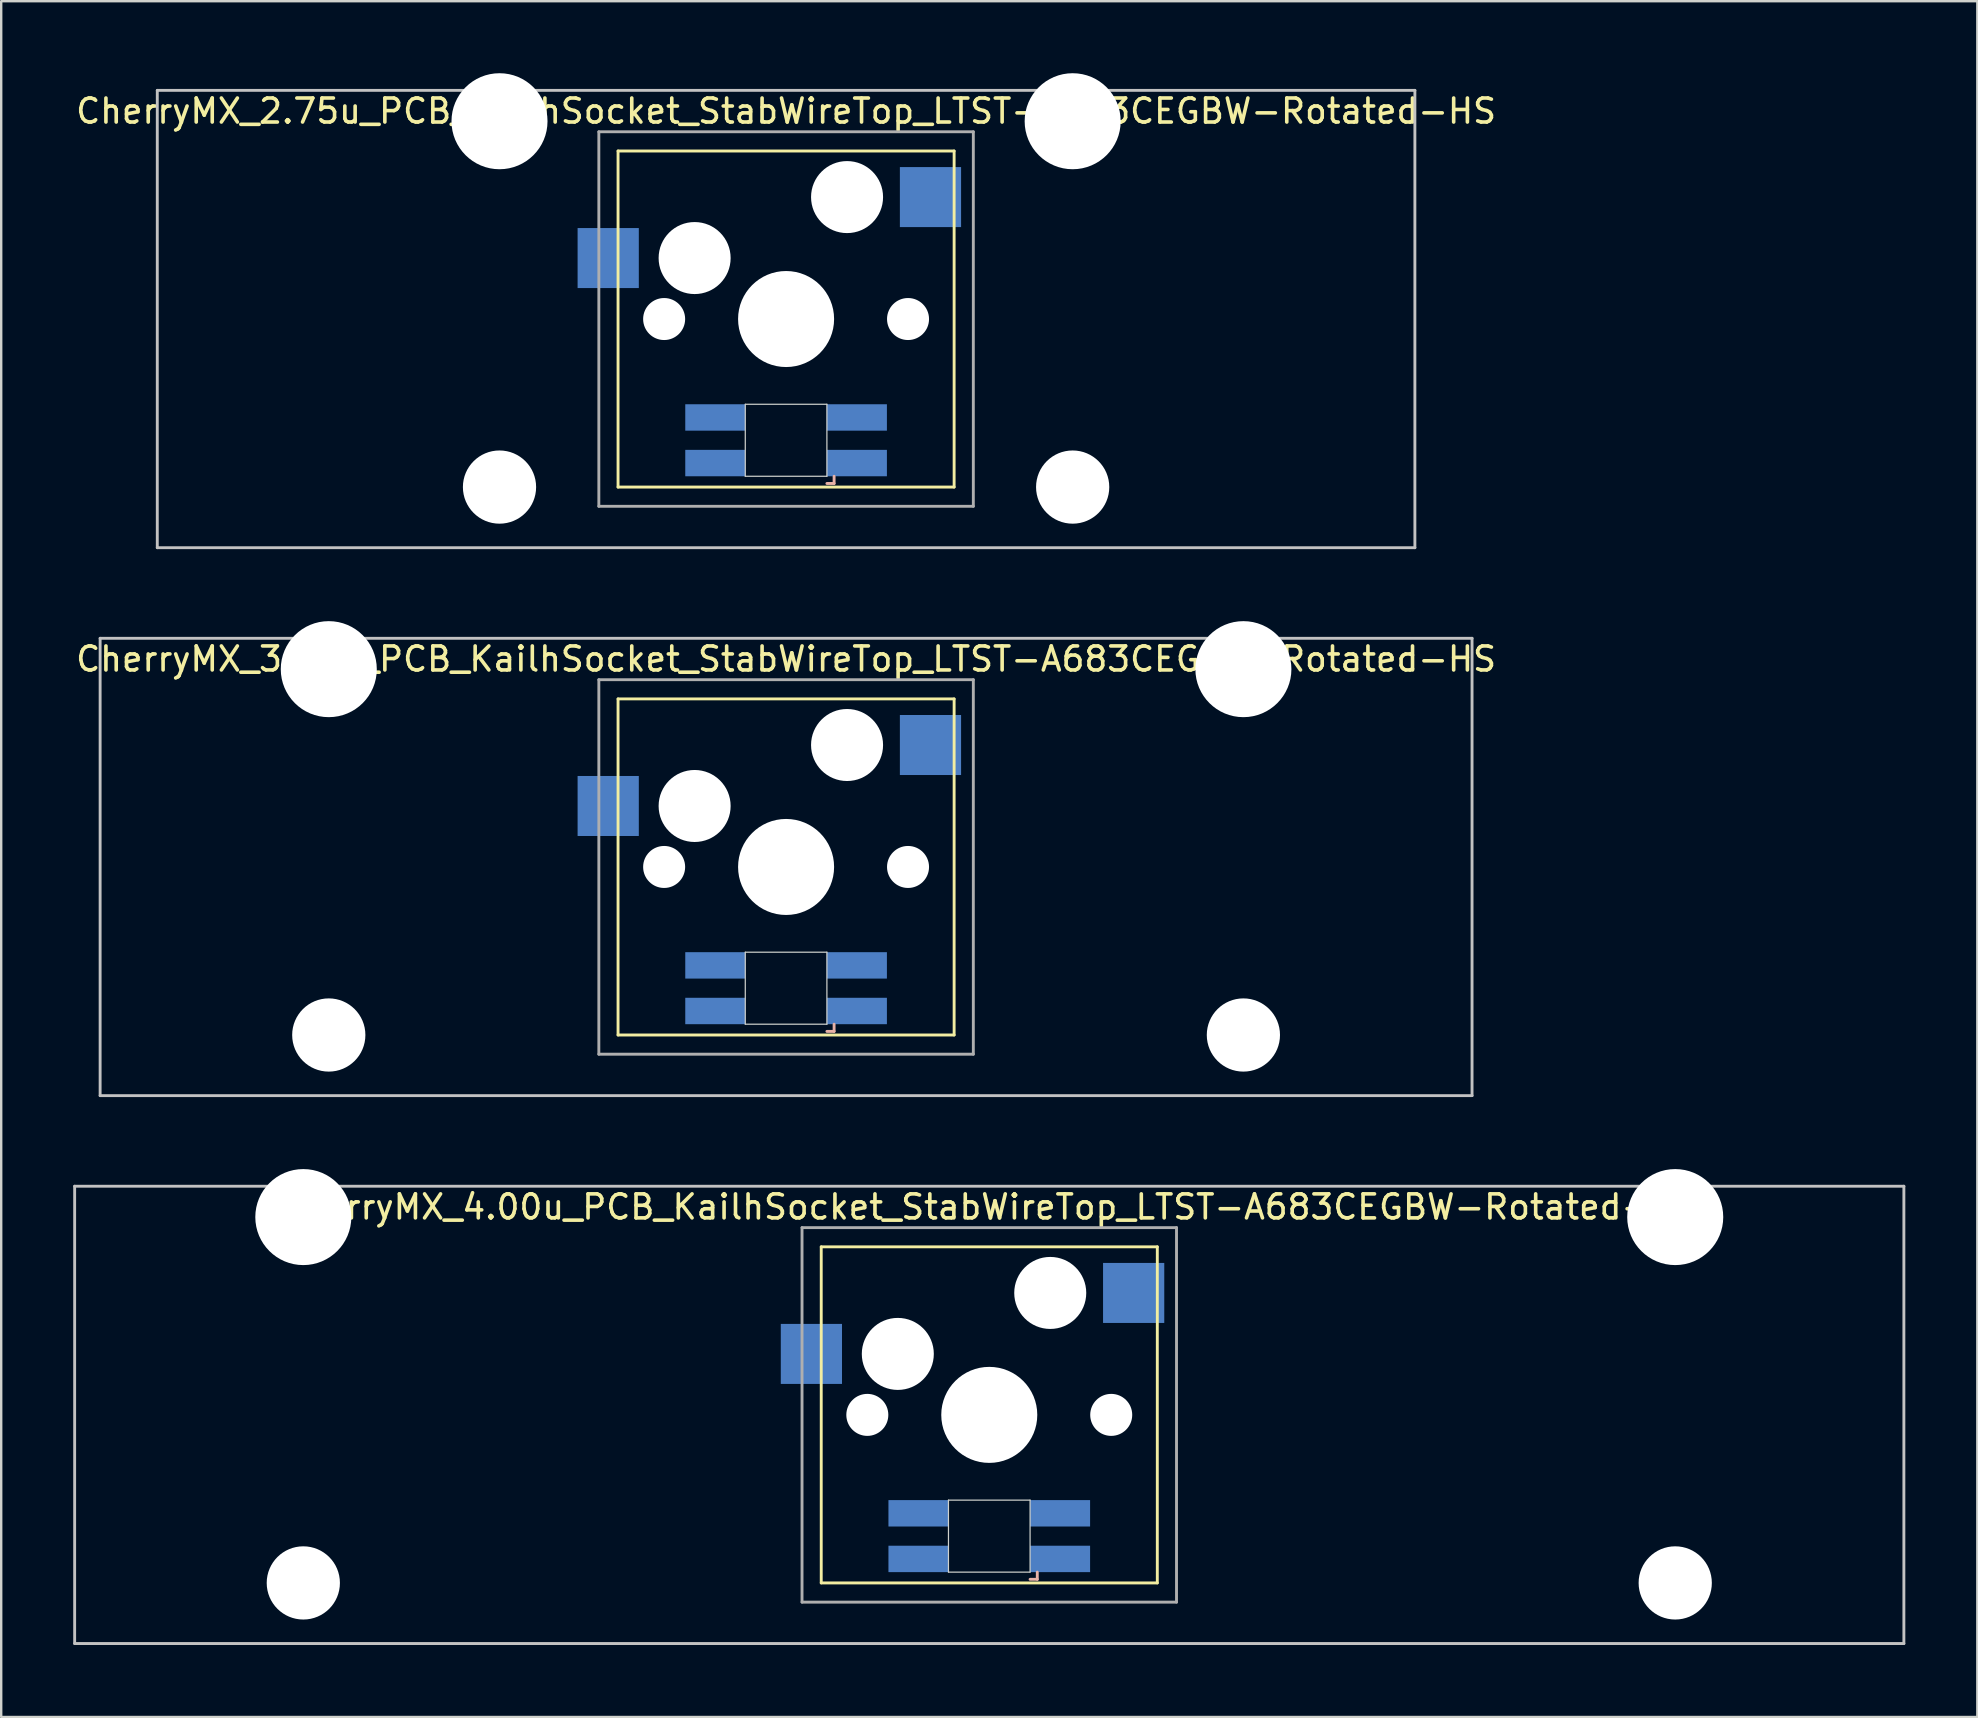
<source format=kicad_pcb>
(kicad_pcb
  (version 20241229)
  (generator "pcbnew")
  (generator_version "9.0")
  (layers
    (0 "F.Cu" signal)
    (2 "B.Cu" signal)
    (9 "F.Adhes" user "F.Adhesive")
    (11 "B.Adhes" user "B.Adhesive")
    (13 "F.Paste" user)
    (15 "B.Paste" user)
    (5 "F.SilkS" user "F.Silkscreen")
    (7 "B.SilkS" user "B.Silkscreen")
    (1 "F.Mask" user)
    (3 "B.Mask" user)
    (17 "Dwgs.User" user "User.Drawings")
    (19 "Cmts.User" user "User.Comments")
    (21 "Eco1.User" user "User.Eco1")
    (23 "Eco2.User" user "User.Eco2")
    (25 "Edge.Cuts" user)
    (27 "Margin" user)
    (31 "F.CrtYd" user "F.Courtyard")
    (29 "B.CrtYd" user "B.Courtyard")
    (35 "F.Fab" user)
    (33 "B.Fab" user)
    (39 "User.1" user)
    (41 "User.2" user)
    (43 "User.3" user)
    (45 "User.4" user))
  (footprint "CherryMX_3.00u_PCB_KailhSocket_StabWireTop_LTST-A683CEGBW-Rotated-HS"
    (layer "F.Cu")
    (at 29.696 33.065)
    (property "Reference" "CherryMX_3.00u_PCB_KailhSocket_StabWireTop_LTST-A683CEGBW-Rotated-HS" (at 0 -8.662 0) (layer "F.SilkS") (effects (font (size 1 1) (thickness 0.15))))
    (attr through_hole)
    (fp_line (start -7 -7) (end -7 7) (stroke (width 0.12) (type solid)) (layer "F.SilkS"))
    (fp_line (start -7 -7) (end 7 -7) (stroke (width 0.12) (type solid)) (layer "F.SilkS"))
    (fp_line (start 7 -7) (end 7 7) (stroke (width 0.12) (type solid)) (layer "F.SilkS"))
    (fp_line (start 7 7) (end -7 7) (stroke (width 0.12) (type solid)) (layer "F.SilkS"))
    (fp_line (start 1.7 6.85) (end 2 6.85) (stroke (width 0.12) (type solid)) (layer "B.SilkS"))
    (fp_line (start 2 6.85) (end 2 6.55) (stroke (width 0.12) (type solid)) (layer "B.SilkS"))
    (fp_line (start -28.575 -9.525) (end 28.575 -9.525) (stroke (width 0.12) (type solid)) (layer "Dwgs.User"))
    (fp_line (start -28.575 9.525) (end -28.575 -9.525) (stroke (width 0.12) (type solid)) (layer "Dwgs.User"))
    (fp_line (start 28.575 -9.525) (end 28.575 9.525) (stroke (width 0.12) (type solid)) (layer "Dwgs.User"))
    (fp_line (start 28.575 9.525) (end -28.575 9.525) (stroke (width 0.12) (type solid)) (layer "Dwgs.User"))
    (fp_line (start -1.7 3.55) (end 1.7 3.55) (stroke (width 0.05) (type solid)) (layer "Edge.Cuts"))
    (fp_line (start -1.7 6.55) (end -1.7 3.55) (stroke (width 0.05) (type solid)) (layer "Edge.Cuts"))
    (fp_line (start 1.7 3.55) (end 1.7 6.55) (stroke (width 0.05) (type solid)) (layer "Edge.Cuts"))
    (fp_line (start 1.7 6.55) (end -1.7 6.55) (stroke (width 0.05) (type solid)) (layer "Edge.Cuts"))
    (fp_line (start -7.8 -7.8) (end -7.8 7.8) (stroke (width 0.12) (type solid)) (layer "F.Fab"))
    (fp_line (start -7.8 -7.8) (end 7.8 -7.8) (stroke (width 0.12) (type solid)) (layer "F.Fab"))
    (fp_line (start -7.8 7.8) (end 7.8 7.8) (stroke (width 0.12) (type solid)) (layer "F.Fab"))
    (fp_line (start 7.8 -7.8) (end 7.8 7.8) (stroke (width 0.12) (type solid)) (layer "F.Fab"))
    (pad "" np_thru_hole circle (at -19.05 -8.24) (size 4 4) (drill 4) (layers "*.Cu" "*.Mask"))
    (pad "" np_thru_hole circle (at -19.05 7) (size 3.05 3.05) (drill 3.05) (layers "*.Cu" "*.Mask"))
    (pad "" np_thru_hole circle (at -5.08 0) (size 1.75 1.75) (drill 1.75) (layers "*.Cu" "*.Mask"))
    (pad "" np_thru_hole circle (at -3.81 -2.54) (size 3 3) (drill 3) (layers "*.Cu" "*.Mask"))
    (pad "" np_thru_hole circle (at 0 0) (size 4 4) (drill 4) (layers "*.Cu" "*.Mask"))
    (pad "" np_thru_hole circle (at 2.54 -5.08) (size 3 3) (drill 3) (layers "*.Cu" "*.Mask"))
    (pad "" np_thru_hole circle (at 5.08 0) (size 1.75 1.75) (drill 1.75) (layers "*.Cu" "*.Mask"))
    (pad "" np_thru_hole circle (at 19.05 -8.24) (size 4 4) (drill 4) (layers "*.Cu" "*.Mask"))
    (pad "" np_thru_hole circle (at 19.05 7) (size 3.05 3.05) (drill 3.05) (layers "*.Cu" "*.Mask"))
    (pad "1" smd rect (at -7.41 -2.54) (size 2.55 2.5) (layers "B.Cu" "B.Mask" "B.Paste"))
    (pad "2" smd rect (at 6.015 -5.08) (size 2.55 2.5) (layers "B.Cu" "B.Mask" "B.Paste"))
    (pad "3" smd rect (at 2.95 6) (size 2.5 1.1) (layers "B.Cu" "B.Mask" "B.Paste"))
    (pad "4" smd rect (at 2.95 4.1) (size 2.5 1.1) (layers "B.Cu" "B.Mask" "B.Paste"))
    (pad "5" smd rect (at -2.95 6) (size 2.5 1.1) (layers "B.Cu" "B.Mask" "B.Paste"))
    (pad "6" smd rect (at -2.95 4.1) (size 2.5 1.1) (layers "B.Cu" "B.Mask" "B.Paste")))
  (footprint "CherryMX_2.75u_PCB_KailhSocket_StabWireTop_LTST-A683CEGBW-Rotated-HS"
    (layer "F.Cu")
    (at 29.696 10.24)
    (property "Reference" "CherryMX_2.75u_PCB_KailhSocket_StabWireTop_LTST-A683CEGBW-Rotated-HS" (at 0 -8.662 0) (layer "F.SilkS") (effects (font (size 1 1) (thickness 0.15))))
    (attr through_hole)
    (fp_line (start -7 -7) (end -7 7) (stroke (width 0.12) (type solid)) (layer "F.SilkS"))
    (fp_line (start -7 -7) (end 7 -7) (stroke (width 0.12) (type solid)) (layer "F.SilkS"))
    (fp_line (start 7 -7) (end 7 7) (stroke (width 0.12) (type solid)) (layer "F.SilkS"))
    (fp_line (start 7 7) (end -7 7) (stroke (width 0.12) (type solid)) (layer "F.SilkS"))
    (fp_line (start 1.7 6.85) (end 2 6.85) (stroke (width 0.12) (type solid)) (layer "B.SilkS"))
    (fp_line (start 2 6.85) (end 2 6.55) (stroke (width 0.12) (type solid)) (layer "B.SilkS"))
    (fp_line (start -26.194 -9.525) (end 26.194 -9.525) (stroke (width 0.12) (type solid)) (layer "Dwgs.User"))
    (fp_line (start -26.194 9.525) (end -26.194 -9.525) (stroke (width 0.12) (type solid)) (layer "Dwgs.User"))
    (fp_line (start 26.194 -9.525) (end 26.194 9.525) (stroke (width 0.12) (type solid)) (layer "Dwgs.User"))
    (fp_line (start 26.194 9.525) (end -26.194 9.525) (stroke (width 0.12) (type solid)) (layer "Dwgs.User"))
    (fp_line (start -1.7 3.55) (end 1.7 3.55) (stroke (width 0.05) (type solid)) (layer "Edge.Cuts"))
    (fp_line (start -1.7 6.55) (end -1.7 3.55) (stroke (width 0.05) (type solid)) (layer "Edge.Cuts"))
    (fp_line (start 1.7 3.55) (end 1.7 6.55) (stroke (width 0.05) (type solid)) (layer "Edge.Cuts"))
    (fp_line (start 1.7 6.55) (end -1.7 6.55) (stroke (width 0.05) (type solid)) (layer "Edge.Cuts"))
    (fp_line (start -7.8 -7.8) (end -7.8 7.8) (stroke (width 0.12) (type solid)) (layer "F.Fab"))
    (fp_line (start -7.8 -7.8) (end 7.8 -7.8) (stroke (width 0.12) (type solid)) (layer "F.Fab"))
    (fp_line (start -7.8 7.8) (end 7.8 7.8) (stroke (width 0.12) (type solid)) (layer "F.Fab"))
    (fp_line (start 7.8 -7.8) (end 7.8 7.8) (stroke (width 0.12) (type solid)) (layer "F.Fab"))
    (pad "" np_thru_hole circle (at -11.938 -8.24) (size 4 4) (drill 4) (layers "*.Cu" "*.Mask"))
    (pad "" np_thru_hole circle (at -11.938 7) (size 3.05 3.05) (drill 3.05) (layers "*.Cu" "*.Mask"))
    (pad "" np_thru_hole circle (at -5.08 0) (size 1.75 1.75) (drill 1.75) (layers "*.Cu" "*.Mask"))
    (pad "" np_thru_hole circle (at -3.81 -2.54) (size 3 3) (drill 3) (layers "*.Cu" "*.Mask"))
    (pad "" np_thru_hole circle (at 0 0) (size 4 4) (drill 4) (layers "*.Cu" "*.Mask"))
    (pad "" np_thru_hole circle (at 2.54 -5.08) (size 3 3) (drill 3) (layers "*.Cu" "*.Mask"))
    (pad "" np_thru_hole circle (at 5.08 0) (size 1.75 1.75) (drill 1.75) (layers "*.Cu" "*.Mask"))
    (pad "" np_thru_hole circle (at 11.938 -8.24) (size 4 4) (drill 4) (layers "*.Cu" "*.Mask"))
    (pad "" np_thru_hole circle (at 11.938 7) (size 3.05 3.05) (drill 3.05) (layers "*.Cu" "*.Mask"))
    (pad "1" smd rect (at -7.41 -2.54) (size 2.55 2.5) (layers "B.Cu" "B.Mask" "B.Paste"))
    (pad "2" smd rect (at 6.015 -5.08) (size 2.55 2.5) (layers "B.Cu" "B.Mask" "B.Paste"))
    (pad "3" smd rect (at 2.95 6) (size 2.5 1.1) (layers "B.Cu" "B.Mask" "B.Paste"))
    (pad "4" smd rect (at 2.95 4.1) (size 2.5 1.1) (layers "B.Cu" "B.Mask" "B.Paste"))
    (pad "5" smd rect (at -2.95 6) (size 2.5 1.1) (layers "B.Cu" "B.Mask" "B.Paste"))
    (pad "6" smd rect (at -2.95 4.1) (size 2.5 1.1) (layers "B.Cu" "B.Mask" "B.Paste")))
  (footprint "CherryMX_4.00u_PCB_KailhSocket_StabWireTop_LTST-A683CEGBW-Rotated-HS"
    (layer "F.Cu")
    (at 38.16 55.89)
    (property "Reference" "CherryMX_4.00u_PCB_KailhSocket_StabWireTop_LTST-A683CEGBW-Rotated-HS" (at 0 -8.662 0) (layer "F.SilkS") (effects (font (size 1 1) (thickness 0.15))))
    (attr through_hole)
    (fp_line (start -7 -7) (end -7 7) (stroke (width 0.12) (type solid)) (layer "F.SilkS"))
    (fp_line (start -7 -7) (end 7 -7) (stroke (width 0.12) (type solid)) (layer "F.SilkS"))
    (fp_line (start 7 -7) (end 7 7) (stroke (width 0.12) (type solid)) (layer "F.SilkS"))
    (fp_line (start 7 7) (end -7 7) (stroke (width 0.12) (type solid)) (layer "F.SilkS"))
    (fp_line (start 1.7 6.85) (end 2 6.85) (stroke (width 0.12) (type solid)) (layer "B.SilkS"))
    (fp_line (start 2 6.85) (end 2 6.55) (stroke (width 0.12) (type solid)) (layer "B.SilkS"))
    (fp_line (start -38.1 -9.525) (end 38.1 -9.525) (stroke (width 0.12) (type solid)) (layer "Dwgs.User"))
    (fp_line (start -38.1 9.525) (end -38.1 -9.525) (stroke (width 0.12) (type solid)) (layer "Dwgs.User"))
    (fp_line (start 38.1 -9.525) (end 38.1 9.525) (stroke (width 0.12) (type solid)) (layer "Dwgs.User"))
    (fp_line (start 38.1 9.525) (end -38.1 9.525) (stroke (width 0.12) (type solid)) (layer "Dwgs.User"))
    (fp_line (start -1.7 3.55) (end 1.7 3.55) (stroke (width 0.05) (type solid)) (layer "Edge.Cuts"))
    (fp_line (start -1.7 6.55) (end -1.7 3.55) (stroke (width 0.05) (type solid)) (layer "Edge.Cuts"))
    (fp_line (start 1.7 3.55) (end 1.7 6.55) (stroke (width 0.05) (type solid)) (layer "Edge.Cuts"))
    (fp_line (start 1.7 6.55) (end -1.7 6.55) (stroke (width 0.05) (type solid)) (layer "Edge.Cuts"))
    (fp_line (start -7.8 -7.8) (end -7.8 7.8) (stroke (width 0.12) (type solid)) (layer "F.Fab"))
    (fp_line (start -7.8 -7.8) (end 7.8 -7.8) (stroke (width 0.12) (type solid)) (layer "F.Fab"))
    (fp_line (start -7.8 7.8) (end 7.8 7.8) (stroke (width 0.12) (type solid)) (layer "F.Fab"))
    (fp_line (start 7.8 -7.8) (end 7.8 7.8) (stroke (width 0.12) (type solid)) (layer "F.Fab"))
    (pad "" np_thru_hole circle (at -28.575 -8.24) (size 4 4) (drill 4) (layers "*.Cu" "*.Mask"))
    (pad "" np_thru_hole circle (at -28.575 7) (size 3.05 3.05) (drill 3.05) (layers "*.Cu" "*.Mask"))
    (pad "" np_thru_hole circle (at -5.08 0) (size 1.75 1.75) (drill 1.75) (layers "*.Cu" "*.Mask"))
    (pad "" np_thru_hole circle (at -3.81 -2.54) (size 3 3) (drill 3) (layers "*.Cu" "*.Mask"))
    (pad "" np_thru_hole circle (at 0 0) (size 4 4) (drill 4) (layers "*.Cu" "*.Mask"))
    (pad "" np_thru_hole circle (at 2.54 -5.08) (size 3 3) (drill 3) (layers "*.Cu" "*.Mask"))
    (pad "" np_thru_hole circle (at 5.08 0) (size 1.75 1.75) (drill 1.75) (layers "*.Cu" "*.Mask"))
    (pad "" np_thru_hole circle (at 28.575 -8.24) (size 4 4) (drill 4) (layers "*.Cu" "*.Mask"))
    (pad "" np_thru_hole circle (at 28.575 7) (size 3.05 3.05) (drill 3.05) (layers "*.Cu" "*.Mask"))
    (pad "1" smd rect (at -7.41 -2.54) (size 2.55 2.5) (layers "B.Cu" "B.Mask" "B.Paste"))
    (pad "2" smd rect (at 6.015 -5.08) (size 2.55 2.5) (layers "B.Cu" "B.Mask" "B.Paste"))
    (pad "3" smd rect (at 2.95 6) (size 2.5 1.1) (layers "B.Cu" "B.Mask" "B.Paste"))
    (pad "4" smd rect (at 2.95 4.1) (size 2.5 1.1) (layers "B.Cu" "B.Mask" "B.Paste"))
    (pad "5" smd rect (at -2.95 6) (size 2.5 1.1) (layers "B.Cu" "B.Mask" "B.Paste"))
    (pad "6" smd rect (at -2.95 4.1) (size 2.5 1.1) (layers "B.Cu" "B.Mask" "B.Paste")))
  (gr_rect
    (start -3 -3)
    (end 79.32 68.475)
    (stroke (width 0.1) (type default))
    (fill no)
    (layer "Edge.Cuts")))
</source>
